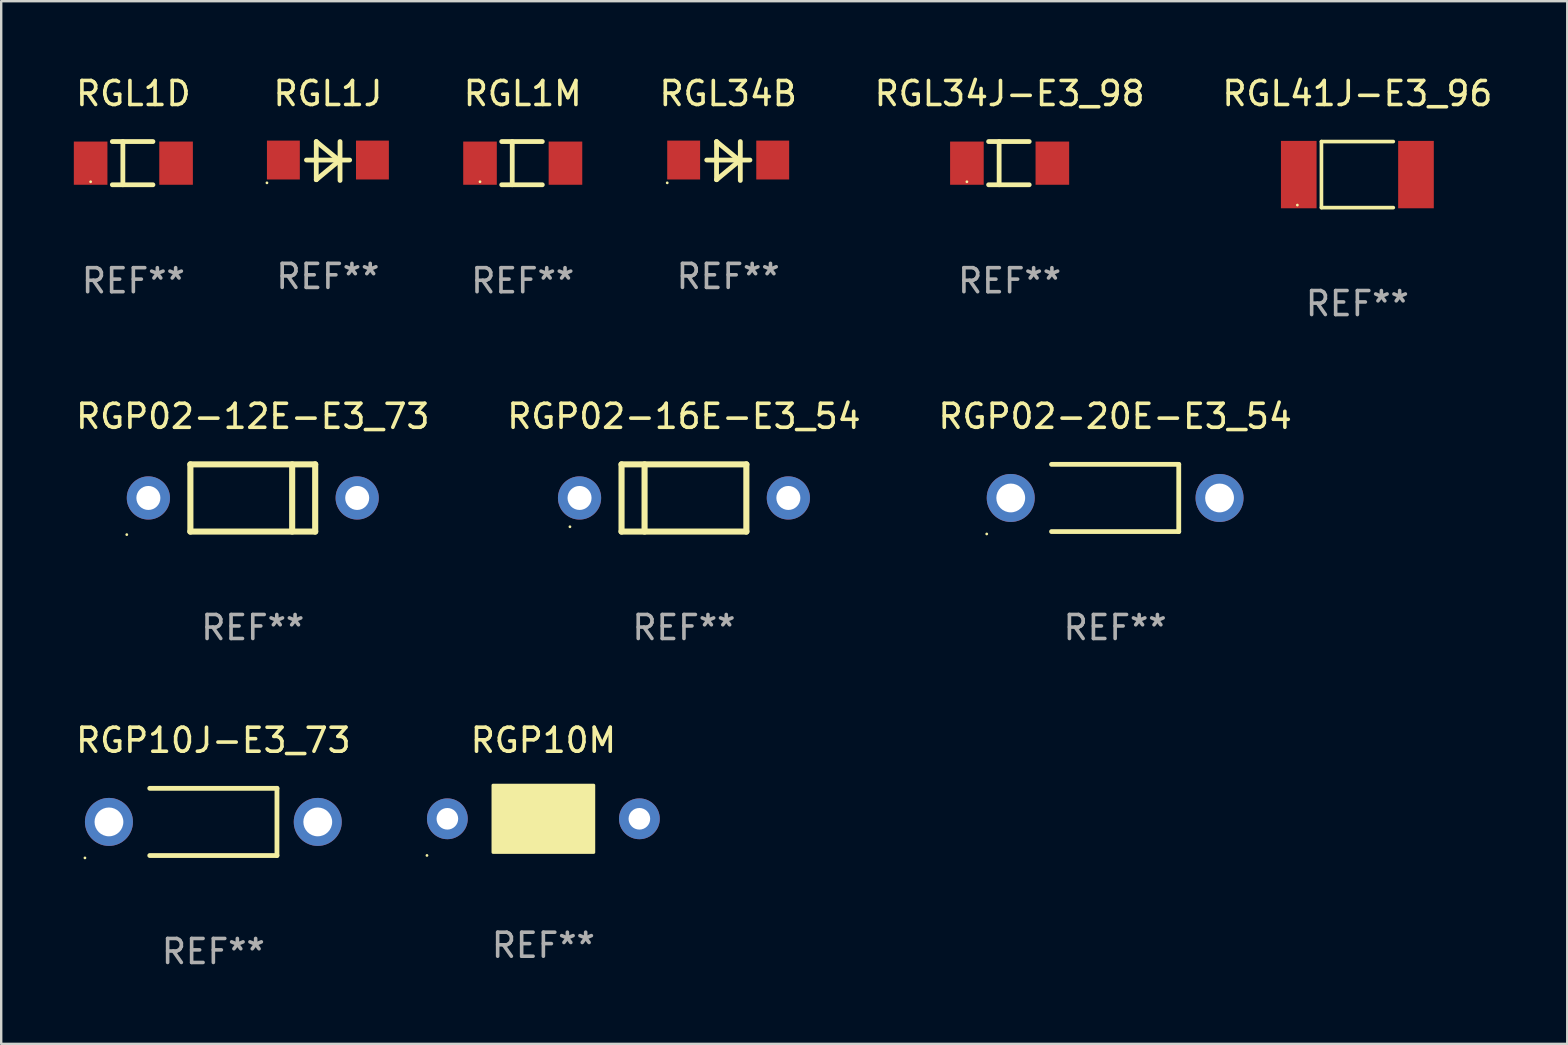
<source format=kicad_pcb>
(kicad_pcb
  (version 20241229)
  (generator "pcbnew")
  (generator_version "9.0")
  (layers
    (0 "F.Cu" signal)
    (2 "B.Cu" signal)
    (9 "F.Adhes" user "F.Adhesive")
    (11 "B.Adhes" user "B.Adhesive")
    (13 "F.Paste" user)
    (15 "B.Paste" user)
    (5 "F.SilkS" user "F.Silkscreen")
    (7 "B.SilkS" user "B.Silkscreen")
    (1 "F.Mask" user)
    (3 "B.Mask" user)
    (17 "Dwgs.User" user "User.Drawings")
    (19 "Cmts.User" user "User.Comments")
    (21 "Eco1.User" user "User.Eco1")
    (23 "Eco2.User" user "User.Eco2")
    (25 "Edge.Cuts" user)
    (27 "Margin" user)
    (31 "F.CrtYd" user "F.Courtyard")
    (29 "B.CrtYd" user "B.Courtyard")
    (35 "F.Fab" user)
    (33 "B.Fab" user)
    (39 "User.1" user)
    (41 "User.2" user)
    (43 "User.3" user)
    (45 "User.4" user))
  (footprint "RGP10M"
    (layer "F.Cu")
    (at 19.589 31.064)
    (property "Reference" "RGP10M" (at 0 -3.27 0) (layer "F.SilkS") (effects (font (size 1 1) (thickness 0.15))))
    (attr through_hole)
    (fp_line (start 1.27 -1.27) (end 1.27 1.27) (stroke (width 0.229) (type solid)) (layer "F.SilkS"))
    (fp_circle (center -4.85 1.527) (end -4.82 1.527) (stroke (width 0.06) (type solid)) (fill no) (layer "F.SilkS"))
    (fp_poly (pts (xy -2.1 -1.4) (xy 2.1 -1.4) (xy 2.1 1.4) (xy -2.1 1.4)) (stroke (width 0.12) (type solid)) (fill yes) (layer "F.SilkS"))
    (fp_text user "REF**" (at 0 5.27 0) (layer "F.Fab") (effects (font (size 1 1) (thickness 0.15))))
    (pad "1" thru_hole circle (at -4 0) (size 1.7 1.7) (drill 0.9) (layers "*.Cu" "*.Mask"))
    (pad "2" thru_hole circle (at 4 0) (size 1.7 1.7) (drill 0.9) (layers "*.Cu" "*.Mask")))
  (footprint "RGL1M"
    (layer "F.Cu")
    (at 18.729 3.748)
    (property "Reference" "RGL1M" (at 0 -2.9 0) (layer "F.SilkS") (effects (font (size 1 1) (thickness 0.15))))
    (attr through_hole)
    (fp_line (start -0.876 -0.9) (end 0.816 -0.9) (stroke (width 0.2) (type solid)) (layer "F.SilkS"))
    (fp_line (start -0.876 0.9) (end 0.816 0.9) (stroke (width 0.2) (type solid)) (layer "F.SilkS"))
    (fp_line (start -0.437 -0.9) (end -0.437 0.9) (stroke (width 0.2) (type solid)) (layer "F.SilkS"))
    (fp_circle (center -1.78 0.775) (end -1.75 0.775) (stroke (width 0.06) (type solid)) (fill no) (layer "F.SilkS"))
    (fp_text user "REF**" (at 0 4.9 0) (layer "F.Fab") (effects (font (size 1 1) (thickness 0.15))))
    (pad "1" smd rect (at -1.78 0.000127 180) (size 1.4 1.8) (layers "F.Cu" "F.Mask" "F.Paste"))
    (pad "2" smd rect (at 1.78 0.000127 180) (size 1.4 1.8) (layers "F.Cu" "F.Mask" "F.Paste")))
  (footprint "RGP02-12E-E3_73"
    (layer "F.Cu")
    (at 7.482 17.697)
    (property "Reference" "RGP02-12E-E3_73" (at 0 -3.4 0) (layer "F.SilkS") (effects (font (size 1 1) (thickness 0.15))))
    (attr through_hole)
    (fp_line (start -2.6 1.4) (end -2.6 -1.4) (stroke (width 0.254) (type solid)) (layer "F.SilkS"))
    (fp_line (start 1.641 1.4) (end 1.641 -1.4) (stroke (width 0.254) (type solid)) (layer "F.SilkS"))
    (fp_line (start 2.6 -1.4) (end -2.6 -1.4) (stroke (width 0.254) (type solid)) (layer "F.SilkS"))
    (fp_line (start 2.6 1.4) (end -2.6 1.4) (stroke (width 0.254) (type solid)) (layer "F.SilkS"))
    (fp_line (start 2.6 1.4) (end 2.6 -1.4) (stroke (width 0.254) (type solid)) (layer "F.SilkS"))
    (fp_circle (center -5.25 1.527) (end -5.22 1.527) (stroke (width 0.06) (type solid)) (fill no) (layer "F.SilkS"))
    (fp_text user "REF**" (at 0 5.4 0) (layer "F.Fab") (effects (font (size 1 1) (thickness 0.15))))
    (pad "1" thru_hole circle (at -4.35 0) (size 1.8 1.8) (drill 1) (layers "*.Cu" "*.Mask"))
    (pad "2" thru_hole circle (at 4.35 0) (size 1.8 1.8) (drill 1) (layers "*.Cu" "*.Mask")))
  (footprint "RGP02-16E-E3_54"
    (layer "F.Cu")
    (at 25.446 17.697)
    (property "Reference" "RGP02-16E-E3_54" (at 0 -3.4 0) (layer "F.SilkS") (effects (font (size 1 1) (thickness 0.15))))
    (attr through_hole)
    (fp_line (start -2.6 -1.4) (end -2.6 1.4) (stroke (width 0.254) (type solid)) (layer "F.SilkS"))
    (fp_line (start -2.6 -1.4) (end 2.6 -1.4) (stroke (width 0.254) (type solid)) (layer "F.SilkS"))
    (fp_line (start -2.6 1.4) (end 2.6 1.4) (stroke (width 0.254) (type solid)) (layer "F.SilkS"))
    (fp_line (start -1.641 -1.4) (end -1.641 1.4) (stroke (width 0.254) (type solid)) (layer "F.SilkS"))
    (fp_line (start 2.6 -1.4) (end 2.6 1.4) (stroke (width 0.254) (type solid)) (layer "F.SilkS"))
    (fp_circle (center -4.75 1.2) (end -4.72 1.2) (stroke (width 0.06) (type solid)) (fill no) (layer "F.SilkS"))
    (fp_text user "REF**" (at 0 5.4 0) (layer "F.Fab") (effects (font (size 1 1) (thickness 0.15))))
    (pad "1" thru_hole circle (at -4.35 0) (size 1.8 1.8) (drill 1) (layers "*.Cu" "*.Mask"))
    (pad "2" thru_hole circle (at 4.35 0) (size 1.8 1.8) (drill 1) (layers "*.Cu" "*.Mask")))
  (footprint "RGP10J-E3_73"
    (layer "F.Cu")
    (at 5.839 31.194)
    (property "Reference" "RGP10J-E3_73" (at 0 -3.4 0) (layer "F.SilkS") (effects (font (size 1 1) (thickness 0.15))))
    (attr through_hole)
    (fp_line (start -2.65 1.4) (end 2.65 1.4) (stroke (width 0.2) (type solid)) (layer "F.SilkS"))
    (fp_line (start 2.65 -1.4) (end -2.65 -1.4) (stroke (width 0.2) (type solid)) (layer "F.SilkS"))
    (fp_line (start 2.65 1.4) (end 2.65 -1.4) (stroke (width 0.2) (type solid)) (layer "F.SilkS"))
    (fp_circle (center -5.35 1.5) (end -5.32 1.5) (stroke (width 0.06) (type solid)) (fill no) (layer "F.SilkS"))
    (fp_text user "REF**" (at 0 5.4 0) (layer "F.Fab") (effects (font (size 1 1) (thickness 0.15))))
    (pad "1" thru_hole circle (at -4.35 0) (size 2 2) (drill 1.2) (layers "*.Cu" "*.Mask"))
    (pad "2" thru_hole circle (at 4.35 0) (size 2 2) (drill 1.2) (layers "*.Cu" "*.Mask")))
  (footprint "RGP02-20E-E3_54"
    (layer "F.Cu")
    (at 43.411 17.697)
    (property "Reference" "RGP02-20E-E3_54" (at 0 -3.4 0) (layer "F.SilkS") (effects (font (size 1 1) (thickness 0.15))))
    (attr through_hole)
    (fp_line (start -2.65 1.4) (end 2.65 1.4) (stroke (width 0.2) (type solid)) (layer "F.SilkS"))
    (fp_line (start 2.65 -1.4) (end -2.65 -1.4) (stroke (width 0.2) (type solid)) (layer "F.SilkS"))
    (fp_line (start 2.65 1.4) (end 2.65 -1.4) (stroke (width 0.2) (type solid)) (layer "F.SilkS"))
    (fp_circle (center -5.35 1.5) (end -5.32 1.5) (stroke (width 0.06) (type solid)) (fill no) (layer "F.SilkS"))
    (fp_text user "REF**" (at 0 5.4 0) (layer "F.Fab") (effects (font (size 1 1) (thickness 0.15))))
    (pad "1" thru_hole circle (at -4.35 0) (size 2 2) (drill 1.2) (layers "*.Cu" "*.Mask"))
    (pad "2" thru_hole circle (at 4.35 0) (size 2 2) (drill 1.2) (layers "*.Cu" "*.Mask")))
  (footprint "RGL34J-E3_98"
    (layer "F.Cu")
    (at 39.015 3.748)
    (property "Reference" "RGL34J-E3_98" (at 0 -2.9 0) (layer "F.SilkS") (effects (font (size 1 1) (thickness 0.15))))
    (attr through_hole)
    (fp_line (start -0.876 -0.9) (end 0.816 -0.9) (stroke (width 0.2) (type solid)) (layer "F.SilkS"))
    (fp_line (start -0.876 0.9) (end 0.816 0.9) (stroke (width 0.2) (type solid)) (layer "F.SilkS"))
    (fp_line (start -0.437 -0.9) (end -0.437 0.9) (stroke (width 0.2) (type solid)) (layer "F.SilkS"))
    (fp_circle (center -1.78 0.775) (end -1.75 0.775) (stroke (width 0.06) (type solid)) (fill no) (layer "F.SilkS"))
    (fp_text user "REF**" (at 0 4.9 0) (layer "F.Fab") (effects (font (size 1 1) (thickness 0.15))))
    (pad "1" smd rect (at -1.78 0.000127 180) (size 1.4 1.8) (layers "F.Cu" "F.Mask" "F.Paste"))
    (pad "2" smd rect (at 1.78 0.000127 180) (size 1.4 1.8) (layers "F.Cu" "F.Mask" "F.Paste")))
  (footprint "RGL1D"
    (layer "F.Cu")
    (at 2.506 3.748)
    (property "Reference" "RGL1D" (at 0 -2.9 0) (layer "F.SilkS") (effects (font (size 1 1) (thickness 0.15))))
    (attr through_hole)
    (fp_line (start -0.876 -0.9) (end 0.816 -0.9) (stroke (width 0.2) (type solid)) (layer "F.SilkS"))
    (fp_line (start -0.876 0.9) (end 0.816 0.9) (stroke (width 0.2) (type solid)) (layer "F.SilkS"))
    (fp_line (start -0.437 -0.9) (end -0.437 0.9) (stroke (width 0.2) (type solid)) (layer "F.SilkS"))
    (fp_circle (center -1.78 0.775) (end -1.75 0.775) (stroke (width 0.06) (type solid)) (fill no) (layer "F.SilkS"))
    (fp_text user "REF**" (at 0 4.9 0) (layer "F.Fab") (effects (font (size 1 1) (thickness 0.15))))
    (pad "1" smd rect (at -1.78 0.000127 180) (size 1.4 1.8) (layers "F.Cu" "F.Mask" "F.Paste"))
    (pad "2" smd rect (at 1.78 0.000127 180) (size 1.4 1.8) (layers "F.Cu" "F.Mask" "F.Paste")))
  (footprint "RGL41J-E3_96"
    (layer "F.Cu")
    (at 53.503 4.224)
    (property "Reference" "RGL41J-E3_96" (at 0 -3.376 0) (layer "F.SilkS") (effects (font (size 1 1) (thickness 0.15))))
    (attr through_hole)
    (fp_line (start -1.497 -1.376) (end -1.497 1.376) (stroke (width 0.152) (type solid)) (layer "F.SilkS"))
    (fp_line (start -1.497 -1.376) (end 1.497 -1.376) (stroke (width 0.152) (type solid)) (layer "F.SilkS"))
    (fp_line (start -1.497 1.376) (end 1.497 1.376) (stroke (width 0.152) (type solid)) (layer "F.SilkS"))
    (fp_circle (center -2.5 1.27) (end -2.47 1.27) (stroke (width 0.06) (type solid)) (fill no) (layer "F.SilkS"))
    (fp_text user "REF**" (at 0 5.376 0) (layer "F.Fab") (effects (font (size 1 1) (thickness 0.15))))
    (pad "1" smd rect (at -2.442 0 180) (size 1.485 2.808) (layers "F.Cu" "F.Mask" "F.Paste"))
    (pad "2" smd rect (at 2.442 0 180) (size 1.485 2.808) (layers "F.Cu" "F.Mask" "F.Paste")))
  (footprint "RGL1J"
    (layer "F.Cu")
    (at 10.612 3.658)
    (property "Reference" "RGL1J" (at 0 -2.81 0) (layer "F.SilkS") (effects (font (size 1 1) (thickness 0.15))))
    (attr through_hole)
    (fp_line (start -0.894 -0.04) (end 0.906 -0.04) (stroke (width 0.2) (type solid)) (layer "F.SilkS"))
    (fp_line (start -0.485 -0.81) (end 0.475 -0.019) (stroke (width 0.2) (type solid)) (layer "F.SilkS"))
    (fp_line (start -0.485 0.78) (end -0.485 -0.81) (stroke (width 0.2) (type solid)) (layer "F.SilkS"))
    (fp_line (start 0.475 -0.019) (end -0.485 0.78) (stroke (width 0.2) (type solid)) (layer "F.SilkS"))
    (fp_line (start 0.505 -0.81) (end 0.505 0.81) (stroke (width 0.2) (type solid)) (layer "F.SilkS"))
    (fp_circle (center -2.54 0.91) (end -2.51 0.91) (stroke (width 0.06) (type solid)) (fill no) (layer "F.SilkS"))
    (fp_text user "REF**" (at 0 4.81 0) (layer "F.Fab") (effects (font (size 1 1) (thickness 0.15))))
    (pad "1" smd rect (at -1.855 -0.04) (size 1.37 1.62) (layers "F.Cu" "F.Mask" "F.Paste"))
    (pad "2" smd rect (at 1.855 -0.04) (size 1.37 1.62) (layers "F.Cu" "F.Mask" "F.Paste")))
  (footprint "RGL34B"
    (layer "F.Cu")
    (at 27.289 3.658)
    (property "Reference" "RGL34B" (at 0 -2.81 0) (layer "F.SilkS") (effects (font (size 1 1) (thickness 0.15))))
    (attr through_hole)
    (fp_line (start -0.894 -0.04) (end 0.906 -0.04) (stroke (width 0.2) (type solid)) (layer "F.SilkS"))
    (fp_line (start -0.485 -0.81) (end 0.475 -0.019) (stroke (width 0.2) (type solid)) (layer "F.SilkS"))
    (fp_line (start -0.485 0.78) (end -0.485 -0.81) (stroke (width 0.2) (type solid)) (layer "F.SilkS"))
    (fp_line (start 0.475 -0.019) (end -0.485 0.78) (stroke (width 0.2) (type solid)) (layer "F.SilkS"))
    (fp_line (start 0.505 -0.81) (end 0.505 0.81) (stroke (width 0.2) (type solid)) (layer "F.SilkS"))
    (fp_circle (center -2.54 0.91) (end -2.51 0.91) (stroke (width 0.06) (type solid)) (fill no) (layer "F.SilkS"))
    (fp_text user "REF**" (at 0 4.81 0) (layer "F.Fab") (effects (font (size 1 1) (thickness 0.15))))
    (pad "1" smd rect (at -1.855 -0.04) (size 1.37 1.62) (layers "F.Cu" "F.Mask" "F.Paste"))
    (pad "2" smd rect (at 1.855 -0.04) (size 1.37 1.62) (layers "F.Cu" "F.Mask" "F.Paste")))
  (gr_rect
    (start -3 -3)
    (end 62.247 40.442)
    (stroke (width 0.1) (type default))
    (fill no)
    (layer "Edge.Cuts")))
</source>
